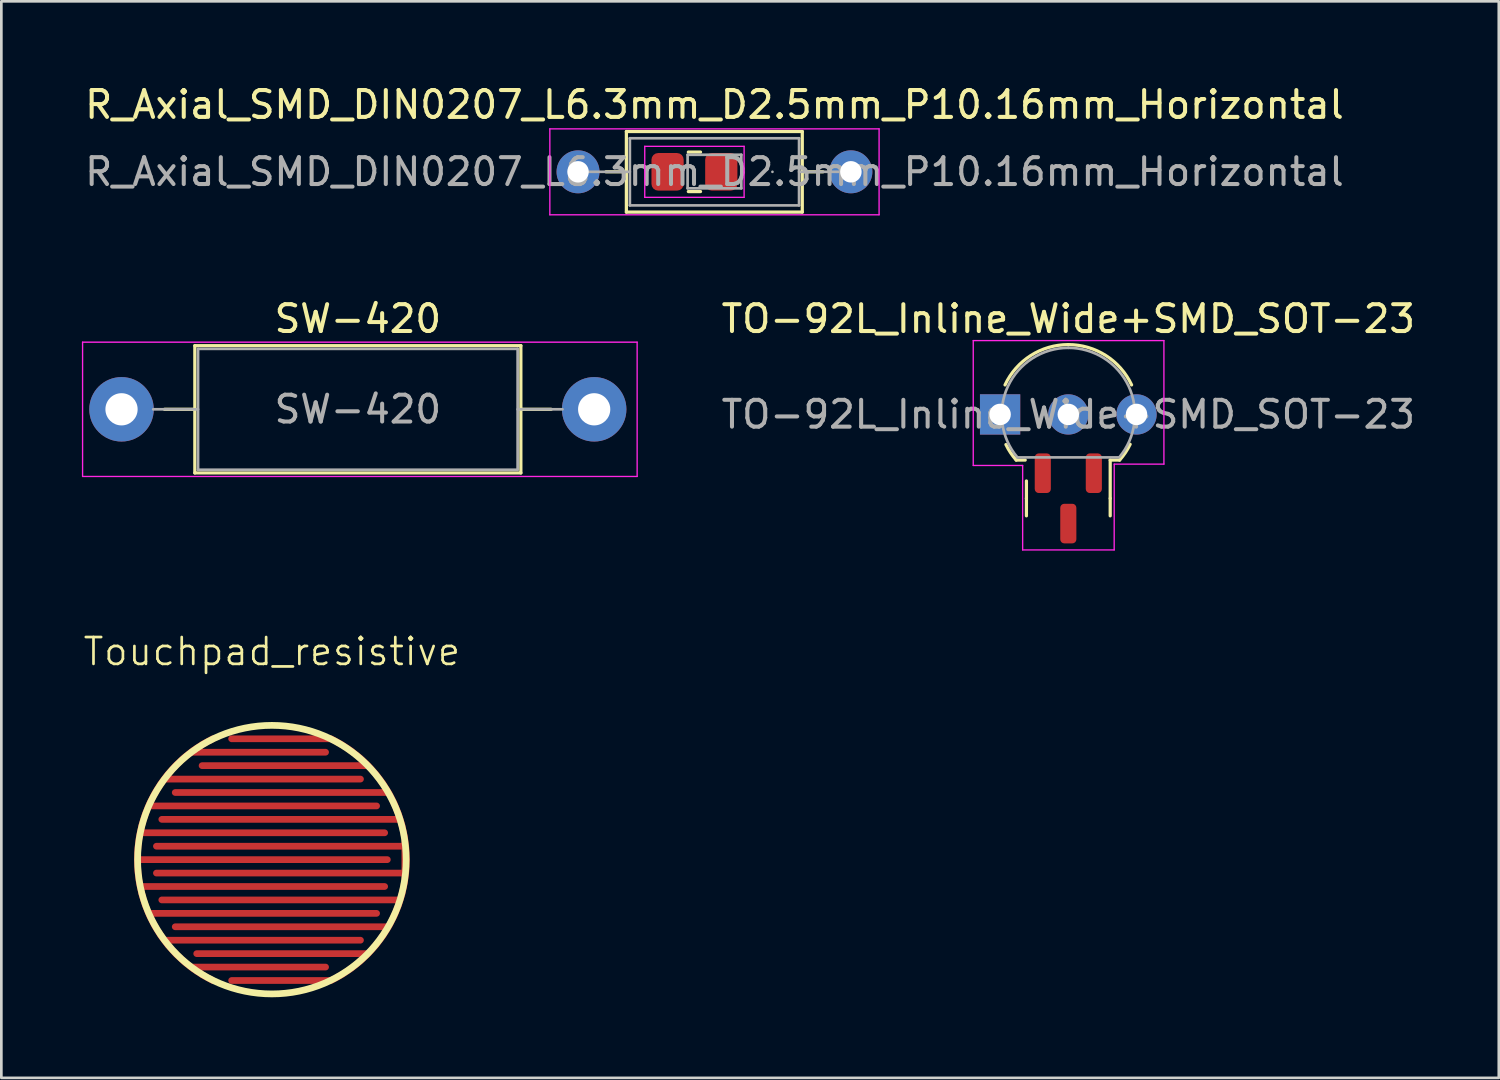
<source format=kicad_pcb>
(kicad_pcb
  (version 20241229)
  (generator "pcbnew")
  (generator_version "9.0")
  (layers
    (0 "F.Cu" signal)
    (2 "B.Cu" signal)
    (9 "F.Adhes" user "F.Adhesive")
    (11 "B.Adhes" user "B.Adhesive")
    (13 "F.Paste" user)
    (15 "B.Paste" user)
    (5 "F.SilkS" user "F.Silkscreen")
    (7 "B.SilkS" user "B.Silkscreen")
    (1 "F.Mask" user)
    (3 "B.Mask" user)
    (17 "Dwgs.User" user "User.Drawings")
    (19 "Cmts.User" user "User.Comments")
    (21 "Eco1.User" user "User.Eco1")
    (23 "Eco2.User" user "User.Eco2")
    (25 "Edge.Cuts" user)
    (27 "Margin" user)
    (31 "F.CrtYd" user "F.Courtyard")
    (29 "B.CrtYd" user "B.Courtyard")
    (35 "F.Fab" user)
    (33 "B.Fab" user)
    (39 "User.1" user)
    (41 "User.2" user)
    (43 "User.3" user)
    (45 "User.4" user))
  (footprint "TO-92L_Inline_Wide+SMD_SOT-23"
    (layer "F.Cu")
    (at 34.19 12.382)
    (property "Reference" "TO-92L_Inline_Wide+SMD_SOT-23" (at 2.54 -3.56 0) (layer "F.SilkS") (effects (font (size 1 1) (thickness 0.15))))
    (attr through_hole)
    (fp_line (start 0.935 1.7) (end 0.6 1.7) (stroke (width 0.12) (type solid)) (layer "F.SilkS"))
    (fp_line (start 0.98 3.127) (end 0.98 2.477) (stroke (width 0.12) (type solid)) (layer "F.SilkS"))
    (fp_line (start 0.98 3.127) (end 0.98 3.776) (stroke (width 0.12) (type solid)) (layer "F.SilkS"))
    (fp_line (start 4.1 1.7) (end 4.45 1.7) (stroke (width 0.12) (type solid)) (layer "F.SilkS"))
    (fp_line (start 4.1 3.127) (end 4.1 1.7) (stroke (width 0.12) (type solid)) (layer "F.SilkS"))
    (fp_line (start 4.1 3.127) (end 4.1 3.776) (stroke (width 0.12) (type solid)) (layer "F.SilkS"))
    (fp_arc (start 0.1836 -1.098807) (mid 1.143021 -2.192817) (end 2.54 -2.6) (stroke (width 0.12) (type solid)) (layer "F.SilkS"))
    (fp_arc (start 0.6 1.7) (mid 0.389183 1.423933) (end 0.217369 1.122045) (stroke (width 0.12) (type solid)) (layer "F.SilkS"))
    (fp_arc (start 2.54 -2.6) (mid 3.936979 -2.192818) (end 4.8964 -1.098807) (stroke (width 0.12) (type solid)) (layer "F.SilkS"))
    (fp_arc (start 4.842383 1.112264) (mid 4.666594 1.419753) (end 4.45 1.7) (stroke (width 0.12) (type solid)) (layer "F.SilkS"))
    (fp_line (start -1 -2.75) (end -1 1.9) (stroke (width 0.05) (type solid)) (layer "F.CrtYd"))
    (fp_line (start -1 -2.75) (end 6.1 -2.75) (stroke (width 0.05) (type solid)) (layer "F.CrtYd"))
    (fp_line (start -1 1.9) (end 0.84 1.9) (stroke (width 0.05) (type solid)) (layer "F.CrtYd"))
    (fp_line (start 0.84 1.9) (end 0.84 5.046) (stroke (width 0.05) (type solid)) (layer "F.CrtYd"))
    (fp_line (start 0.84 5.046) (end 4.248 5.046) (stroke (width 0.05) (type solid)) (layer "F.CrtYd"))
    (fp_line (start 4.248 5.046) (end 4.25 1.85) (stroke (width 0.05) (type solid)) (layer "F.CrtYd"))
    (fp_line (start 6.1 1.85) (end 4.25 1.85) (stroke (width 0.05) (type solid)) (layer "F.CrtYd"))
    (fp_line (start 6.1 1.85) (end 6.1 -2.75) (stroke (width 0.05) (type solid)) (layer "F.CrtYd"))
    (fp_line (start 0.65 1.6) (end 4.4 1.6) (stroke (width 0.1) (type solid)) (layer "F.Fab"))
    (fp_arc (start 0.647182 1.602385) (mid 0.290076 -1.043188) (end 2.54 -2.48) (stroke (width 0.1) (type solid)) (layer "F.Fab"))
    (fp_arc (start 2.54 -2.48) (mid 4.787211 -1.049019) (end 4.441103 1.592547) (stroke (width 0.1) (type solid)) (layer "F.Fab"))
    (fp_text user "${REFERENCE}" (at 2.54 0 0) (layer "F.Fab") (effects (font (size 1 1) (thickness 0.15))))
    (pad "1" thru_hole rect (at 0 0) (size 1.5 1.5) (drill 0.8) (layers "*.Cu" "*.Mask"))
    (pad "1" smd roundrect (at 1.59 2.189 270) (size 1.475 0.6) (layers "F.Cu" "F.Mask" "F.Paste") (roundrect_rratio 0.25))
    (pad "2" thru_hole circle (at 2.54 0) (size 1.5 1.5) (drill 0.8) (layers "*.Cu" "*.Mask"))
    (pad "2" smd roundrect (at 3.49 2.189 270) (size 1.475 0.6) (layers "F.Cu" "F.Mask" "F.Paste") (roundrect_rratio 0.25))
    (pad "3" smd roundrect (at 2.54 4.064 270) (size 1.475 0.6) (layers "F.Cu" "F.Mask" "F.Paste") (roundrect_rratio 0.25))
    (pad "3" thru_hole circle (at 5.08 0) (size 1.5 1.5) (drill 0.8) (layers "*.Cu" "*.Mask")))
  (footprint "R_Axial_SMD_DIN0207_L6.3mm_D2.5mm_P10.16mm_Horizontal"
    (layer "F.Cu")
    (at 23.554 3.348)
    (property "Reference" "R_Axial_SMD_DIN0207_L6.3mm_D2.5mm_P10.16mm_Horizontal" (at 0 -2.5 0) (layer "F.SilkS") (effects (font (size 1 1) (thickness 0.15))))
    (attr through_hole)
    (fp_line (start -4.04 0) (end -3.27 0) (stroke (width 0.12) (type solid)) (layer "F.SilkS"))
    (fp_line (start -3.28 -1.5) (end -3.28 1.5) (stroke (width 0.12) (type solid)) (layer "F.SilkS"))
    (fp_line (start -3.28 1.5) (end 3.27 1.5) (stroke (width 0.12) (type solid)) (layer "F.SilkS"))
    (fp_line (start -0.973 -0.735) (end -0.519 -0.735) (stroke (width 0.12) (type solid)) (layer "F.SilkS"))
    (fp_line (start -0.973 0.735) (end -0.519 0.735) (stroke (width 0.12) (type solid)) (layer "F.SilkS"))
    (fp_line (start 3.27 -1.5) (end -3.28 -1.5) (stroke (width 0.12) (type solid)) (layer "F.SilkS"))
    (fp_line (start 3.27 1.5) (end 3.27 -1.5) (stroke (width 0.12) (type solid)) (layer "F.SilkS"))
    (fp_line (start 4.04 0) (end 3.27 0) (stroke (width 0.12) (type solid)) (layer "F.SilkS"))
    (fp_line (start -6.13 -1.6) (end -6.13 1.6) (stroke (width 0.05) (type solid)) (layer "F.CrtYd"))
    (fp_line (start -6.13 1.6) (end 6.13 1.6) (stroke (width 0.05) (type solid)) (layer "F.CrtYd"))
    (fp_line (start -2.596 -0.95) (end 1.104 -0.95) (stroke (width 0.05) (type solid)) (layer "F.CrtYd"))
    (fp_line (start -2.596 0.95) (end -2.596 -0.95) (stroke (width 0.05) (type solid)) (layer "F.CrtYd"))
    (fp_line (start 1.104 -0.95) (end 1.104 0.95) (stroke (width 0.05) (type solid)) (layer "F.CrtYd"))
    (fp_line (start 1.104 0.95) (end -2.596 0.95) (stroke (width 0.05) (type solid)) (layer "F.CrtYd"))
    (fp_line (start 6.13 -1.6) (end -6.13 -1.6) (stroke (width 0.05) (type solid)) (layer "F.CrtYd"))
    (fp_line (start 6.13 1.6) (end 6.13 -1.6) (stroke (width 0.05) (type solid)) (layer "F.CrtYd"))
    (fp_line (start -5.08 0) (end -3.15 0) (stroke (width 0.1) (type solid)) (layer "F.Fab"))
    (fp_line (start -3.15 -1.25) (end -3.15 1.25) (stroke (width 0.1) (type solid)) (layer "F.Fab"))
    (fp_line (start -3.15 1.25) (end 3.15 1.25) (stroke (width 0.1) (type solid)) (layer "F.Fab"))
    (fp_line (start -1 -0.635) (end 1 -0.635) (stroke (width 0.1) (type solid)) (layer "F.Fab"))
    (fp_line (start -1 0.615) (end -1 -0.635) (stroke (width 0.1) (type solid)) (layer "F.Fab"))
    (fp_line (start 1 -0.635) (end 1 0.615) (stroke (width 0.1) (type solid)) (layer "F.Fab"))
    (fp_line (start 1 0.615) (end -1 0.615) (stroke (width 0.1) (type solid)) (layer "F.Fab"))
    (fp_line (start 2.159 0) (end 2.159 0) (stroke (width 0.1) (type default)) (layer "F.Fab"))
    (fp_line (start 3.15 -1.25) (end -3.15 -1.25) (stroke (width 0.1) (type solid)) (layer "F.Fab"))
    (fp_line (start 3.15 1.25) (end 3.15 -1.25) (stroke (width 0.1) (type solid)) (layer "F.Fab"))
    (fp_line (start 5.08 0) (end 3.15 0) (stroke (width 0.1) (type solid)) (layer "F.Fab"))
    (fp_text user "${REFERENCE}" (at 0 0 0) (layer "F.Fab") (effects (font (size 1 1) (thickness 0.15))))
    (pad "1" thru_hole circle (at -5.08 0) (size 1.6 1.6) (drill 0.8) (layers "*.Cu" "*.Mask"))
    (pad "1" smd roundrect (at -1.746 0) (size 1.2 1.4) (layers "F.Cu" "F.Mask" "F.Paste") (roundrect_rratio 0.208))
    (pad "2" smd roundrect (at 0.254 0) (size 1.2 1.4) (layers "F.Cu" "F.Mask" "F.Paste") (roundrect_rratio 0.208))
    (pad "2" thru_hole oval (at 5.08 0) (size 1.6 1.6) (drill 0.8) (layers "*.Cu" "*.Mask")))
  (footprint "SW-420"
    (layer "F.Cu")
    (at 1.475 12.191)
    (property "Reference" "SW-420" (at 8.8 -3.37 0) (layer "F.SilkS") (effects (font (size 1 1) (thickness 0.15))))
    (attr through_hole)
    (fp_line (start 1.6 0) (end 2.73 0) (stroke (width 0.12) (type solid)) (layer "F.SilkS"))
    (fp_line (start 2.73 -2.37) (end 2.73 2.37) (stroke (width 0.12) (type solid)) (layer "F.SilkS"))
    (fp_line (start 2.73 2.37) (end 14.87 2.37) (stroke (width 0.12) (type solid)) (layer "F.SilkS"))
    (fp_line (start 14.87 -2.37) (end 2.73 -2.37) (stroke (width 0.12) (type solid)) (layer "F.SilkS"))
    (fp_line (start 14.87 2.37) (end 14.87 -2.37) (stroke (width 0.12) (type solid)) (layer "F.SilkS"))
    (fp_line (start 16 0) (end 14.87 0) (stroke (width 0.12) (type solid)) (layer "F.SilkS"))
    (fp_line (start -1.45 -2.5) (end -1.45 2.5) (stroke (width 0.05) (type solid)) (layer "F.CrtYd"))
    (fp_line (start -1.45 2.5) (end 19.2 2.5) (stroke (width 0.05) (type solid)) (layer "F.CrtYd"))
    (fp_line (start 19.2 -2.5) (end -1.45 -2.5) (stroke (width 0.05) (type solid)) (layer "F.CrtYd"))
    (fp_line (start 19.2 2.5) (end 19.2 -2.5) (stroke (width 0.05) (type solid)) (layer "F.CrtYd"))
    (fp_line (start 1.18 0) (end 2.85 0) (stroke (width 0.1) (type solid)) (layer "F.Fab"))
    (fp_line (start 2.85 -2.25) (end 2.85 2.25) (stroke (width 0.1) (type solid)) (layer "F.Fab"))
    (fp_line (start 2.85 2.25) (end 14.75 2.25) (stroke (width 0.1) (type solid)) (layer "F.Fab"))
    (fp_line (start 14.75 -2.25) (end 2.85 -2.25) (stroke (width 0.1) (type solid)) (layer "F.Fab"))
    (fp_line (start 14.75 2.25) (end 14.75 -2.25) (stroke (width 0.1) (type solid)) (layer "F.Fab"))
    (fp_line (start 16.42 0) (end 14.75 0) (stroke (width 0.1) (type solid)) (layer "F.Fab"))
    (fp_text user "${REFERENCE}" (at 8.8 0 0) (layer "F.Fab") (effects (font (size 1 1) (thickness 0.15))))
    (pad "1" thru_hole circle (at 0 0) (size 2.4 2.4) (drill 1.2) (layers "*.Cu" "*.Mask"))
    (pad "2" thru_hole oval (at 17.6 0) (size 2.4 2.4) (drill 1.2) (layers "*.Cu" "*.Mask")))
  (footprint "Touchpad_resistive"
    (layer "F.Cu")
    (at 7.074 28.96)
    (property "Reference" "Touchpad_resistive" (at 0 -7.747 0) (unlocked yes) (layer "F.SilkS") (effects (font (size 1 1) (thickness 0.1))))
    (attr smd)
    (fp_circle (center 0 0) (end 5 0) (stroke (width 0.25) (type default)) (fill no) (layer "F.SilkS"))
    (pad "1" smd custom (at -5 0) (size 0.254 0.254) (layers "F.Cu" "F.Mask" "F.Paste") (options (anchor circle)) (primitives (gr_poly (pts (xy -0.127 -0.064) (xy -0.122 -0.088) (xy -0.108 -0.108) (xy -0.088 -0.122) (xy -0.064 -0.127) (xy 0.064 -0.127) (xy 0.088 -0.122) (xy 0.108 -0.108) (xy 0.122 -0.088) (xy 0.127 -0.064) (xy 0.127 0.064) (xy 0.122 0.088) (xy 0.108 0.108) (xy 0.088 0.122) (xy 0.064 0.127) (xy -0.064 0.127) (xy -0.088 0.122) (xy -0.108 0.108) (xy -0.122 0.088) (xy -0.127 0.064)) (width 0) (fill yes)) (gr_line (start 0 0) (end 9.3 0) (width 0.25)) (gr_arc (start 2.799999 4.499999) (mid -0.008991 0) (end 2.8 -4.499999) (width 0.25)) (gr_line (start 0.15 1) (end 9.2 1) (width 0.25)) (gr_line (start 7 -4) (end 2 -4) (width 0.25)) (gr_line (start 7 4) (end 2 4) (width 0.25)) (gr_line (start 8.3 -3) (end 1.05 -3) (width 0.25)) (gr_line (start 8.3 3) (end 1.05 3) (width 0.25)) (gr_line (start 8.9 -2) (end 0.45 -2) (width 0.25)) (gr_line (start 8.9 2) (end 0.45 2) (width 0.25)) (gr_line (start 9.2 -1) (end 0.1 -1) (width 0.25))))
    (pad "2" smd custom (at 4.953 0) (size 0.254 0.254) (layers "F.Cu" "F.Mask" "F.Paste") (options (anchor circle)) (primitives (gr_poly (pts (xy -0.127 -0.699) (xy -0.122 -0.723) (xy -0.108 -0.743) (xy -0.088 -0.757) (xy -0.064 -0.762) (xy 0.064 -0.762) (xy 0.088 -0.757) (xy 0.108 -0.743) (xy 0.122 -0.723) (xy 0.127 -0.699) (xy 0.127 0.699) (xy 0.122 0.723) (xy 0.108 0.743) (xy 0.088 0.757) (xy 0.064 0.762) (xy -0.064 0.762) (xy -0.088 0.757) (xy -0.108 0.743) (xy -0.122 0.723) (xy -0.127 0.699)) (width 0) (fill yes)) (gr_line (start -0.003 -0.5) (end -9.253 -0.5) (width 0.25)) (gr_line (start -0.003 0.5) (end -9.253 0.5) (width 0.25)) (gr_arc (start -2.752999 -4.499999) (mid 0.055991 0) (end -2.753 4.499999) (width 0.25)) (gr_line (start -9.053 -1.5) (end -0.203 -1.5) (width 0.25)) (gr_line (start -9.053 1.5) (end -0.203 1.5) (width 0.25)) (gr_line (start -8.553 -2.5) (end -0.653 -2.5) (width 0.25)) (gr_line (start -8.553 2.5) (end -0.653 2.5) (width 0.25)) (gr_line (start -7.753 3.5) (end -1.403 3.5) (width 0.25)) (gr_line (start -7.553 -3.5) (end -1.403 -3.5) (width 0.25)) (gr_line (start -6.453 -4.5) (end -2.753 -4.5) (width 0.25)) (gr_line (start -6.453 4.5) (end -2.753 4.5) (width 0.25)))))
  (gr_rect
    (start -3 -3)
    (end 52.76 37.086)
    (stroke (width 0.1) (type default))
    (fill no)
    (layer "Edge.Cuts")))
</source>
